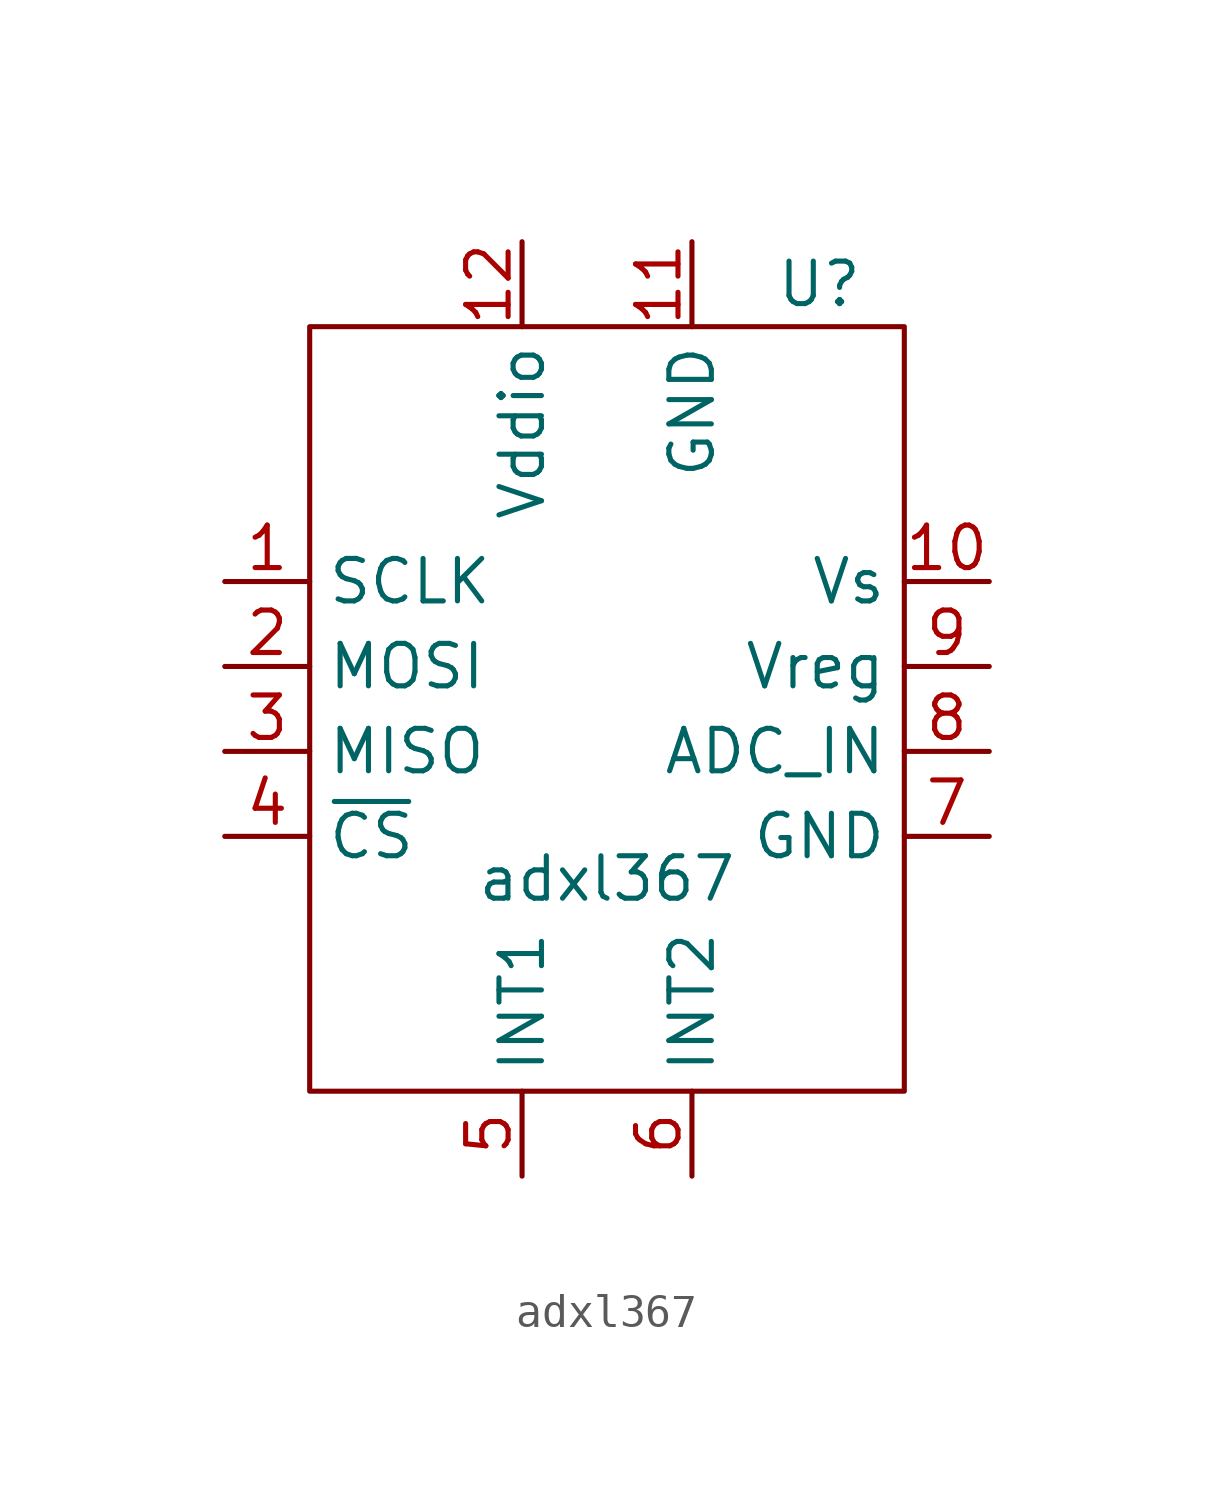
<source format=kicad_sym>
(kicad_symbol_lib
  (version 20211014)
  (generator kicad_symbol_editor)
  (symbol "adxl367"
    (property "Reference" "U"
      (at 6.35 12.7 0)
      (effects (font (size 1.27 1.27))))
    (property "Value" "adxl367"
      (at 0 -5.08 0)
      (effects (font (size 1.27 1.27))))
    (symbol "adxl367_0_1"
      (rectangle (start -8.89 11.43) (end 8.89 -11.43) (stroke (width 0) (type default) (color 0 0 0 0)) (fill (type none))))
    (symbol "adxl367_1_1"
      (pin input line (at -11.43 3.81 0) (length 2.54) (name "SCLK" (effects (font (size 1.27 1.27)))) (number "1" (effects (font (size 1.27 1.27)))))
      (pin power_in line (at 11.43 3.81 180) (length 2.54) (name "Vs" (effects (font (size 1.27 1.27)))) (number "10" (effects (font (size 1.27 1.27)))))
      (pin input line (at 2.54 13.97 270) (length 2.54) (name "GND" (effects (font (size 1.27 1.27)))) (number "11" (effects (font (size 1.27 1.27)))))
      (pin power_in line (at -2.54 13.97 270) (length 2.54) (name "Vddio" (effects (font (size 1.27 1.27)))) (number "12" (effects (font (size 1.27 1.27)))))
      (pin input line (at -11.43 1.27 0) (length 2.54) (name "MOSI" (effects (font (size 1.27 1.27)))) (number "2" (effects (font (size 1.27 1.27)))))
      (pin output line (at -11.43 -1.27 0) (length 2.54) (name "MISO" (effects (font (size 1.27 1.27)))) (number "3" (effects (font (size 1.27 1.27)))))
      (pin input line (at -11.43 -3.81 0) (length 2.54) (name "~{CS}" (effects (font (size 1.27 1.27)))) (number "4" (effects (font (size 1.27 1.27)))))
      (pin output line (at -2.54 -13.97 90) (length 2.54) (name "INT1" (effects (font (size 1.27 1.27)))) (number "5" (effects (font (size 1.27 1.27)))))
      (pin output line (at 2.54 -13.97 90) (length 2.54) (name "INT2" (effects (font (size 1.27 1.27)))) (number "6" (effects (font (size 1.27 1.27)))))
      (pin input line (at 11.43 -3.81 180) (length 2.54) (name "GND" (effects (font (size 1.27 1.27)))) (number "7" (effects (font (size 1.27 1.27)))))
      (pin input line (at 11.43 -1.27 180) (length 2.54) (name "ADC_IN" (effects (font (size 1.27 1.27)))) (number "8" (effects (font (size 1.27 1.27)))))
      (pin output line (at 11.43 1.27 180) (length 2.54) (name "Vreg" (effects (font (size 1.27 1.27)))) (number "9" (effects (font (size 1.27 1.27))))))))
</source>
